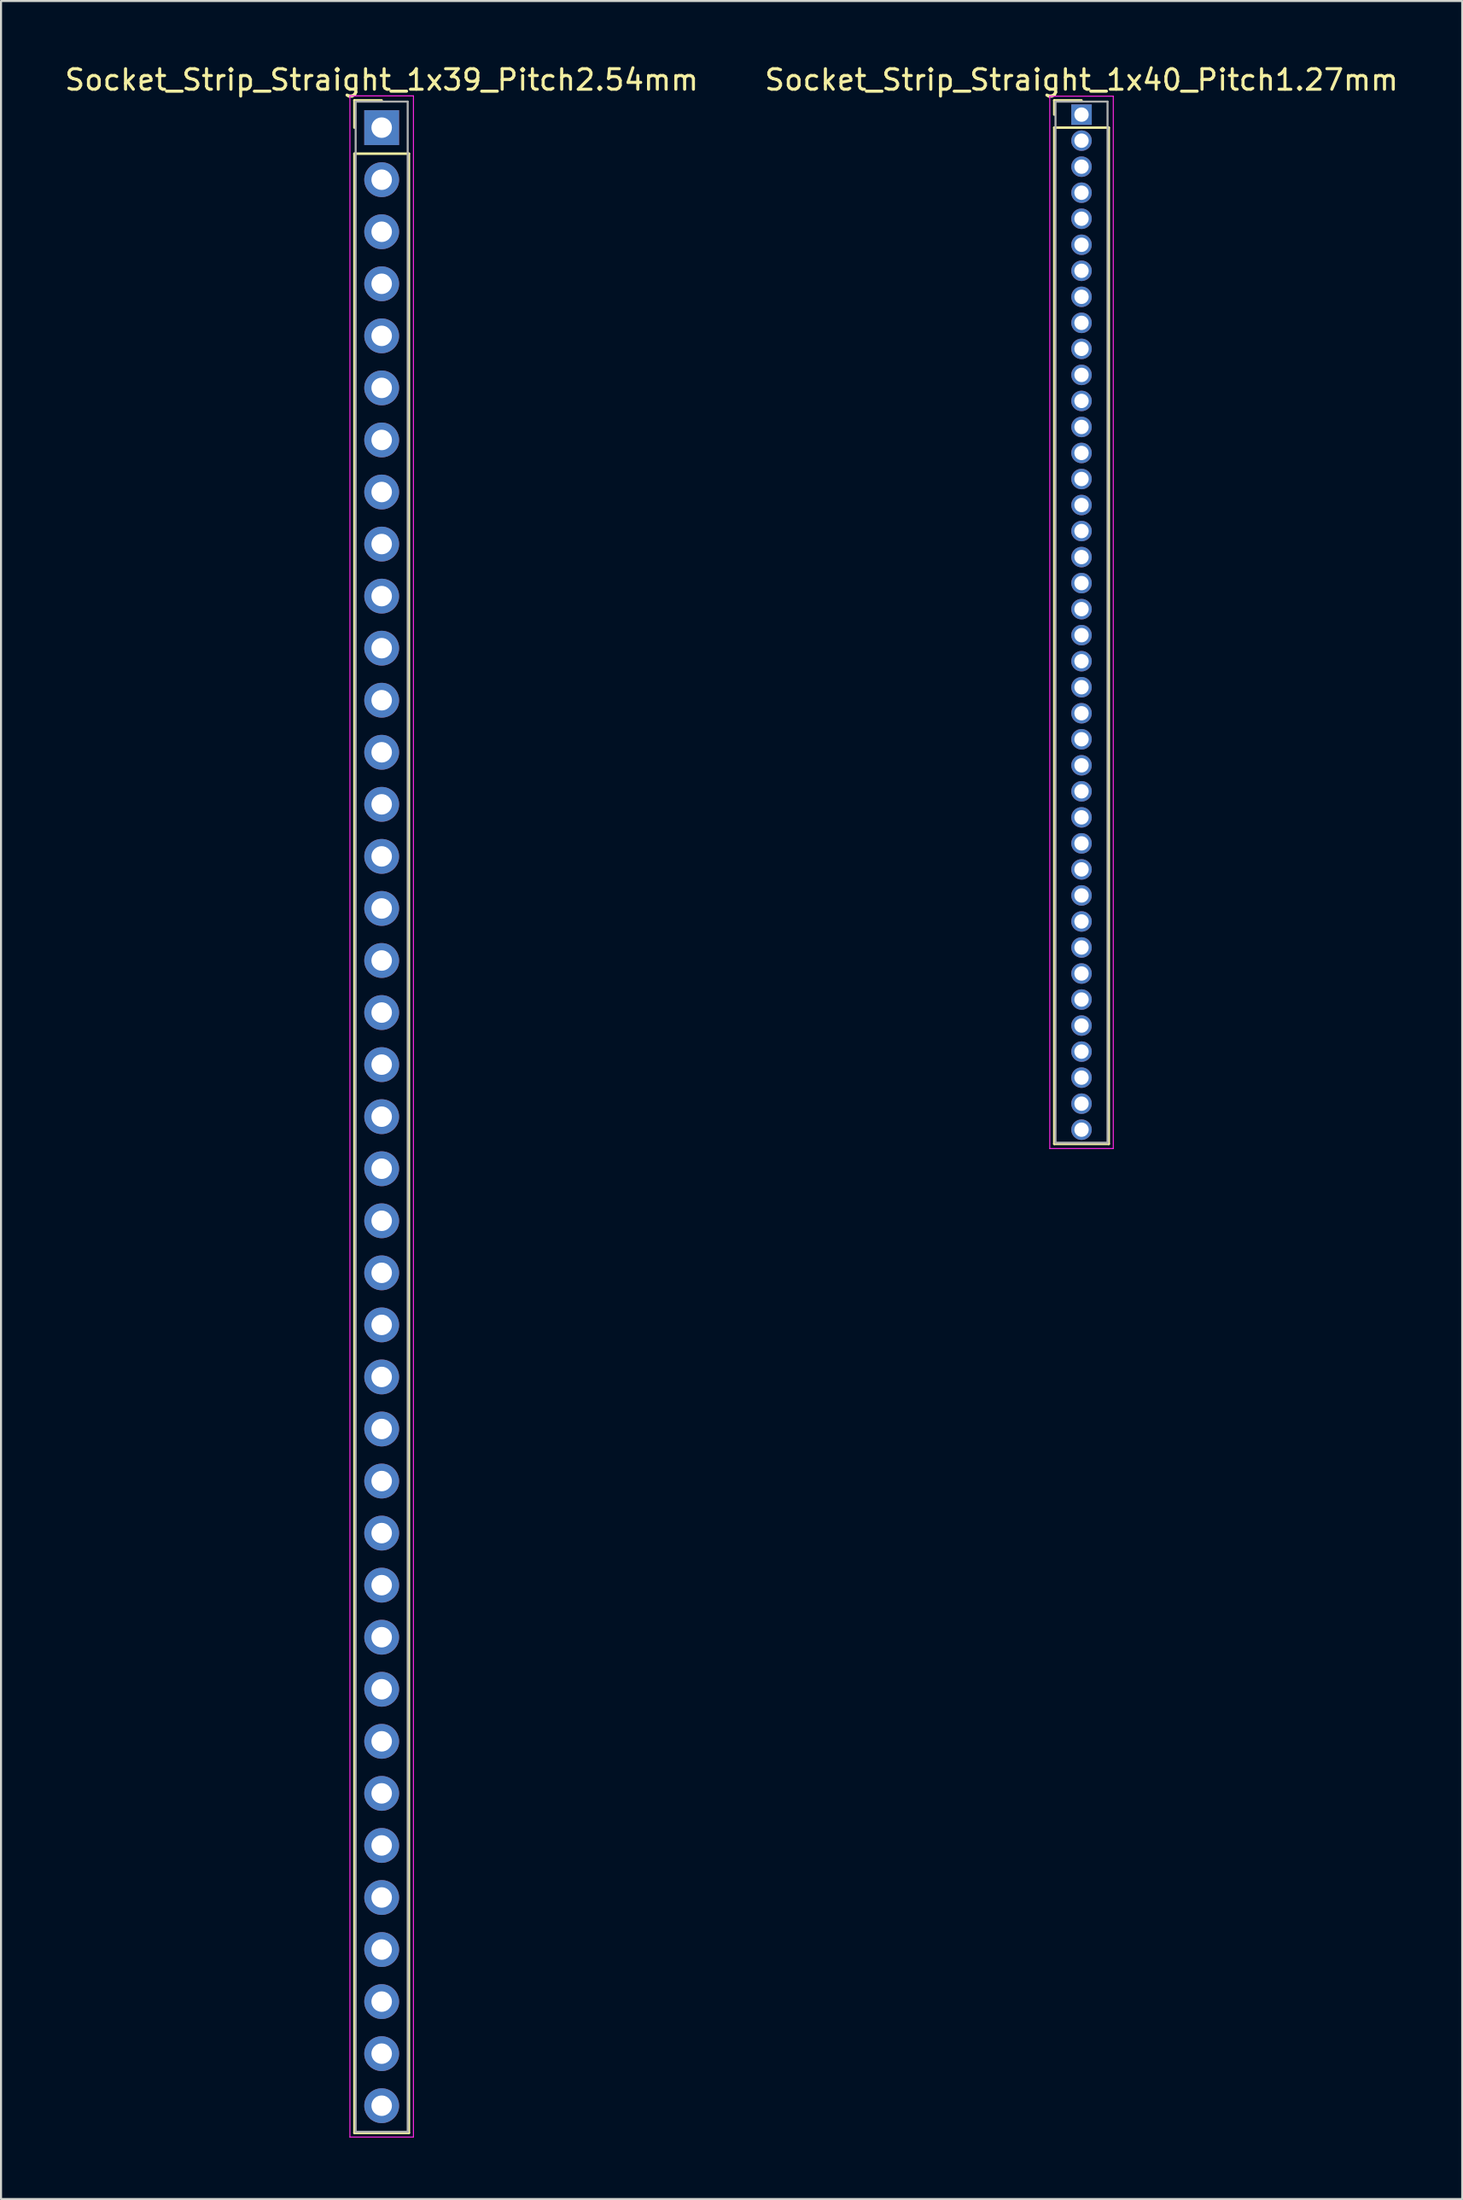
<source format=kicad_pcb>
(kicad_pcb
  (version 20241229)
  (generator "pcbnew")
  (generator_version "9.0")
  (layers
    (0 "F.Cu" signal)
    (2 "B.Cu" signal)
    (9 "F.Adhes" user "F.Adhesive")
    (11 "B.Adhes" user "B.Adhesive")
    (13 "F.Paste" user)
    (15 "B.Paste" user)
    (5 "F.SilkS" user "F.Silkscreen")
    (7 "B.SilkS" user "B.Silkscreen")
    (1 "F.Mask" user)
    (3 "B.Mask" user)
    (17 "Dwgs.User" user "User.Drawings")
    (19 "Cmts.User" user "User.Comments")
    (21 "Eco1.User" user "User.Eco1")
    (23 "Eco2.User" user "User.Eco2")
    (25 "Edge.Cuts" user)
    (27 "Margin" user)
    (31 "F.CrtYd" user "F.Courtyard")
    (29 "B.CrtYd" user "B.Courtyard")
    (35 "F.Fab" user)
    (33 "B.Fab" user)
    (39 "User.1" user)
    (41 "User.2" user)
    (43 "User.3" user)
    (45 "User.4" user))
  (footprint "Socket_Strip_Straight_1x40_Pitch1.27mm"
    (layer "F.Cu")
    (at 49.732 2.543)
    (property "Reference" "Socket_Strip_Straight_1x40_Pitch1.27mm" (at 0 -1.695 0) (layer "F.SilkS") (effects (font (size 1 1) (thickness 0.15))))
    (attr through_hole)
    (fp_line (start -1.33 -0.695) (end 0 -0.695) (stroke (width 0.12) (type solid)) (layer "F.SilkS"))
    (fp_line (start -1.33 0) (end -1.33 -0.695) (stroke (width 0.12) (type solid)) (layer "F.SilkS"))
    (fp_line (start -1.33 0.635) (end -1.33 50.225) (stroke (width 0.12) (type solid)) (layer "F.SilkS"))
    (fp_line (start -1.33 50.225) (end 1.33 50.225) (stroke (width 0.12) (type solid)) (layer "F.SilkS"))
    (fp_line (start 1.33 0.635) (end -1.33 0.635) (stroke (width 0.12) (type solid)) (layer "F.SilkS"))
    (fp_line (start 1.33 50.225) (end 1.33 0.635) (stroke (width 0.12) (type solid)) (layer "F.SilkS"))
    (fp_line (start -1.55 -0.9) (end -1.55 50.45) (stroke (width 0.05) (type solid)) (layer "F.CrtYd"))
    (fp_line (start -1.55 50.45) (end 1.55 50.45) (stroke (width 0.05) (type solid)) (layer "F.CrtYd"))
    (fp_line (start 1.55 -0.9) (end -1.55 -0.9) (stroke (width 0.05) (type solid)) (layer "F.CrtYd"))
    (fp_line (start 1.55 50.45) (end 1.55 -0.9) (stroke (width 0.05) (type solid)) (layer "F.CrtYd"))
    (fp_line (start -1.27 -0.635) (end -1.27 50.165) (stroke (width 0.1) (type solid)) (layer "F.Fab"))
    (fp_line (start -1.27 50.165) (end 1.27 50.165) (stroke (width 0.1) (type solid)) (layer "F.Fab"))
    (fp_line (start 1.27 -0.635) (end -1.27 -0.635) (stroke (width 0.1) (type solid)) (layer "F.Fab"))
    (fp_line (start 1.27 50.165) (end 1.27 -0.635) (stroke (width 0.1) (type solid)) (layer "F.Fab"))
    (pad "1" thru_hole rect (at 0 0) (size 1 1) (drill 0.7) (layers "*.Cu" "*.Mask"))
    (pad "2" thru_hole oval (at 0 1.27) (size 1 1) (drill 0.7) (layers "*.Cu" "*.Mask"))
    (pad "3" thru_hole oval (at 0 2.54) (size 1 1) (drill 0.7) (layers "*.Cu" "*.Mask"))
    (pad "4" thru_hole oval (at 0 3.81) (size 1 1) (drill 0.7) (layers "*.Cu" "*.Mask"))
    (pad "5" thru_hole oval (at 0 5.08) (size 1 1) (drill 0.7) (layers "*.Cu" "*.Mask"))
    (pad "6" thru_hole oval (at 0 6.35) (size 1 1) (drill 0.7) (layers "*.Cu" "*.Mask"))
    (pad "7" thru_hole oval (at 0 7.62) (size 1 1) (drill 0.7) (layers "*.Cu" "*.Mask"))
    (pad "8" thru_hole oval (at 0 8.89) (size 1 1) (drill 0.7) (layers "*.Cu" "*.Mask"))
    (pad "9" thru_hole oval (at 0 10.16) (size 1 1) (drill 0.7) (layers "*.Cu" "*.Mask"))
    (pad "10" thru_hole oval (at 0 11.43) (size 1 1) (drill 0.7) (layers "*.Cu" "*.Mask"))
    (pad "11" thru_hole oval (at 0 12.7) (size 1 1) (drill 0.7) (layers "*.Cu" "*.Mask"))
    (pad "12" thru_hole oval (at 0 13.97) (size 1 1) (drill 0.7) (layers "*.Cu" "*.Mask"))
    (pad "13" thru_hole oval (at 0 15.24) (size 1 1) (drill 0.7) (layers "*.Cu" "*.Mask"))
    (pad "14" thru_hole oval (at 0 16.51) (size 1 1) (drill 0.7) (layers "*.Cu" "*.Mask"))
    (pad "15" thru_hole oval (at 0 17.78) (size 1 1) (drill 0.7) (layers "*.Cu" "*.Mask"))
    (pad "16" thru_hole oval (at 0 19.05) (size 1 1) (drill 0.7) (layers "*.Cu" "*.Mask"))
    (pad "17" thru_hole oval (at 0 20.32) (size 1 1) (drill 0.7) (layers "*.Cu" "*.Mask"))
    (pad "18" thru_hole oval (at 0 21.59) (size 1 1) (drill 0.7) (layers "*.Cu" "*.Mask"))
    (pad "19" thru_hole oval (at 0 22.86) (size 1 1) (drill 0.7) (layers "*.Cu" "*.Mask"))
    (pad "20" thru_hole oval (at 0 24.13) (size 1 1) (drill 0.7) (layers "*.Cu" "*.Mask"))
    (pad "21" thru_hole oval (at 0 25.4) (size 1 1) (drill 0.7) (layers "*.Cu" "*.Mask"))
    (pad "22" thru_hole oval (at 0 26.67) (size 1 1) (drill 0.7) (layers "*.Cu" "*.Mask"))
    (pad "23" thru_hole oval (at 0 27.94) (size 1 1) (drill 0.7) (layers "*.Cu" "*.Mask"))
    (pad "24" thru_hole oval (at 0 29.21) (size 1 1) (drill 0.7) (layers "*.Cu" "*.Mask"))
    (pad "25" thru_hole oval (at 0 30.48) (size 1 1) (drill 0.7) (layers "*.Cu" "*.Mask"))
    (pad "26" thru_hole oval (at 0 31.75) (size 1 1) (drill 0.7) (layers "*.Cu" "*.Mask"))
    (pad "27" thru_hole oval (at 0 33.02) (size 1 1) (drill 0.7) (layers "*.Cu" "*.Mask"))
    (pad "28" thru_hole oval (at 0 34.29) (size 1 1) (drill 0.7) (layers "*.Cu" "*.Mask"))
    (pad "29" thru_hole oval (at 0 35.56) (size 1 1) (drill 0.7) (layers "*.Cu" "*.Mask"))
    (pad "30" thru_hole oval (at 0 36.83) (size 1 1) (drill 0.7) (layers "*.Cu" "*.Mask"))
    (pad "31" thru_hole oval (at 0 38.1) (size 1 1) (drill 0.7) (layers "*.Cu" "*.Mask"))
    (pad "32" thru_hole oval (at 0 39.37) (size 1 1) (drill 0.7) (layers "*.Cu" "*.Mask"))
    (pad "33" thru_hole oval (at 0 40.64) (size 1 1) (drill 0.7) (layers "*.Cu" "*.Mask"))
    (pad "34" thru_hole oval (at 0 41.91) (size 1 1) (drill 0.7) (layers "*.Cu" "*.Mask"))
    (pad "35" thru_hole oval (at 0 43.18) (size 1 1) (drill 0.7) (layers "*.Cu" "*.Mask"))
    (pad "36" thru_hole oval (at 0 44.45) (size 1 1) (drill 0.7) (layers "*.Cu" "*.Mask"))
    (pad "37" thru_hole oval (at 0 45.72) (size 1 1) (drill 0.7) (layers "*.Cu" "*.Mask"))
    (pad "38" thru_hole oval (at 0 46.99) (size 1 1) (drill 0.7) (layers "*.Cu" "*.Mask"))
    (pad "39" thru_hole oval (at 0 48.26) (size 1 1) (drill 0.7) (layers "*.Cu" "*.Mask"))
    (pad "40" thru_hole oval (at 0 49.53) (size 1 1) (drill 0.7) (layers "*.Cu" "*.Mask")))
  (footprint "Socket_Strip_Straight_1x39_Pitch2.54mm"
    (layer "F.Cu")
    (at 15.577 3.178)
    (property "Reference" "Socket_Strip_Straight_1x39_Pitch2.54mm" (at 0 -2.33 0) (layer "F.SilkS") (effects (font (size 1 1) (thickness 0.15))))
    (attr through_hole)
    (fp_line (start -1.33 -1.33) (end 0 -1.33) (stroke (width 0.12) (type solid)) (layer "F.SilkS"))
    (fp_line (start -1.33 0) (end -1.33 -1.33) (stroke (width 0.12) (type solid)) (layer "F.SilkS"))
    (fp_line (start -1.33 1.27) (end -1.33 97.85) (stroke (width 0.12) (type solid)) (layer "F.SilkS"))
    (fp_line (start -1.33 97.85) (end 1.33 97.85) (stroke (width 0.12) (type solid)) (layer "F.SilkS"))
    (fp_line (start 1.33 1.27) (end -1.33 1.27) (stroke (width 0.12) (type solid)) (layer "F.SilkS"))
    (fp_line (start 1.33 97.85) (end 1.33 1.27) (stroke (width 0.12) (type solid)) (layer "F.SilkS"))
    (fp_line (start -1.55 -1.55) (end -1.55 98.05) (stroke (width 0.05) (type solid)) (layer "F.CrtYd"))
    (fp_line (start -1.55 98.05) (end 1.55 98.05) (stroke (width 0.05) (type solid)) (layer "F.CrtYd"))
    (fp_line (start 1.55 -1.55) (end -1.55 -1.55) (stroke (width 0.05) (type solid)) (layer "F.CrtYd"))
    (fp_line (start 1.55 98.05) (end 1.55 -1.55) (stroke (width 0.05) (type solid)) (layer "F.CrtYd"))
    (fp_line (start -1.27 -1.27) (end -1.27 97.79) (stroke (width 0.1) (type solid)) (layer "F.Fab"))
    (fp_line (start -1.27 97.79) (end 1.27 97.79) (stroke (width 0.1) (type solid)) (layer "F.Fab"))
    (fp_line (start 1.27 -1.27) (end -1.27 -1.27) (stroke (width 0.1) (type solid)) (layer "F.Fab"))
    (fp_line (start 1.27 97.79) (end 1.27 -1.27) (stroke (width 0.1) (type solid)) (layer "F.Fab"))
    (pad "1" thru_hole rect (at 0 0) (size 1.7 1.7) (drill 1) (layers "*.Cu" "*.Mask"))
    (pad "2" thru_hole oval (at 0 2.54) (size 1.7 1.7) (drill 1) (layers "*.Cu" "*.Mask"))
    (pad "3" thru_hole oval (at 0 5.08) (size 1.7 1.7) (drill 1) (layers "*.Cu" "*.Mask"))
    (pad "4" thru_hole oval (at 0 7.62) (size 1.7 1.7) (drill 1) (layers "*.Cu" "*.Mask"))
    (pad "5" thru_hole oval (at 0 10.16) (size 1.7 1.7) (drill 1) (layers "*.Cu" "*.Mask"))
    (pad "6" thru_hole oval (at 0 12.7) (size 1.7 1.7) (drill 1) (layers "*.Cu" "*.Mask"))
    (pad "7" thru_hole oval (at 0 15.24) (size 1.7 1.7) (drill 1) (layers "*.Cu" "*.Mask"))
    (pad "8" thru_hole oval (at 0 17.78) (size 1.7 1.7) (drill 1) (layers "*.Cu" "*.Mask"))
    (pad "9" thru_hole oval (at 0 20.32) (size 1.7 1.7) (drill 1) (layers "*.Cu" "*.Mask"))
    (pad "10" thru_hole oval (at 0 22.86) (size 1.7 1.7) (drill 1) (layers "*.Cu" "*.Mask"))
    (pad "11" thru_hole oval (at 0 25.4) (size 1.7 1.7) (drill 1) (layers "*.Cu" "*.Mask"))
    (pad "12" thru_hole oval (at 0 27.94) (size 1.7 1.7) (drill 1) (layers "*.Cu" "*.Mask"))
    (pad "13" thru_hole oval (at 0 30.48) (size 1.7 1.7) (drill 1) (layers "*.Cu" "*.Mask"))
    (pad "14" thru_hole oval (at 0 33.02) (size 1.7 1.7) (drill 1) (layers "*.Cu" "*.Mask"))
    (pad "15" thru_hole oval (at 0 35.56) (size 1.7 1.7) (drill 1) (layers "*.Cu" "*.Mask"))
    (pad "16" thru_hole oval (at 0 38.1) (size 1.7 1.7) (drill 1) (layers "*.Cu" "*.Mask"))
    (pad "17" thru_hole oval (at 0 40.64) (size 1.7 1.7) (drill 1) (layers "*.Cu" "*.Mask"))
    (pad "18" thru_hole oval (at 0 43.18) (size 1.7 1.7) (drill 1) (layers "*.Cu" "*.Mask"))
    (pad "19" thru_hole oval (at 0 45.72) (size 1.7 1.7) (drill 1) (layers "*.Cu" "*.Mask"))
    (pad "20" thru_hole oval (at 0 48.26) (size 1.7 1.7) (drill 1) (layers "*.Cu" "*.Mask"))
    (pad "21" thru_hole oval (at 0 50.8) (size 1.7 1.7) (drill 1) (layers "*.Cu" "*.Mask"))
    (pad "22" thru_hole oval (at 0 53.34) (size 1.7 1.7) (drill 1) (layers "*.Cu" "*.Mask"))
    (pad "23" thru_hole oval (at 0 55.88) (size 1.7 1.7) (drill 1) (layers "*.Cu" "*.Mask"))
    (pad "24" thru_hole oval (at 0 58.42) (size 1.7 1.7) (drill 1) (layers "*.Cu" "*.Mask"))
    (pad "25" thru_hole oval (at 0 60.96) (size 1.7 1.7) (drill 1) (layers "*.Cu" "*.Mask"))
    (pad "26" thru_hole oval (at 0 63.5) (size 1.7 1.7) (drill 1) (layers "*.Cu" "*.Mask"))
    (pad "27" thru_hole oval (at 0 66.04) (size 1.7 1.7) (drill 1) (layers "*.Cu" "*.Mask"))
    (pad "28" thru_hole oval (at 0 68.58) (size 1.7 1.7) (drill 1) (layers "*.Cu" "*.Mask"))
    (pad "29" thru_hole oval (at 0 71.12) (size 1.7 1.7) (drill 1) (layers "*.Cu" "*.Mask"))
    (pad "30" thru_hole oval (at 0 73.66) (size 1.7 1.7) (drill 1) (layers "*.Cu" "*.Mask"))
    (pad "31" thru_hole oval (at 0 76.2) (size 1.7 1.7) (drill 1) (layers "*.Cu" "*.Mask"))
    (pad "32" thru_hole oval (at 0 78.74) (size 1.7 1.7) (drill 1) (layers "*.Cu" "*.Mask"))
    (pad "33" thru_hole oval (at 0 81.28) (size 1.7 1.7) (drill 1) (layers "*.Cu" "*.Mask"))
    (pad "34" thru_hole oval (at 0 83.82) (size 1.7 1.7) (drill 1) (layers "*.Cu" "*.Mask"))
    (pad "35" thru_hole oval (at 0 86.36) (size 1.7 1.7) (drill 1) (layers "*.Cu" "*.Mask"))
    (pad "36" thru_hole oval (at 0 88.9) (size 1.7 1.7) (drill 1) (layers "*.Cu" "*.Mask"))
    (pad "37" thru_hole oval (at 0 91.44) (size 1.7 1.7) (drill 1) (layers "*.Cu" "*.Mask"))
    (pad "38" thru_hole oval (at 0 93.98) (size 1.7 1.7) (drill 1) (layers "*.Cu" "*.Mask"))
    (pad "39" thru_hole oval (at 0 96.52) (size 1.7 1.7) (drill 1) (layers "*.Cu" "*.Mask")))
  (gr_rect
    (start -3 -3)
    (end 68.31 104.253)
    (stroke (width 0.1) (type default))
    (fill no)
    (layer "Edge.Cuts")))
</source>
